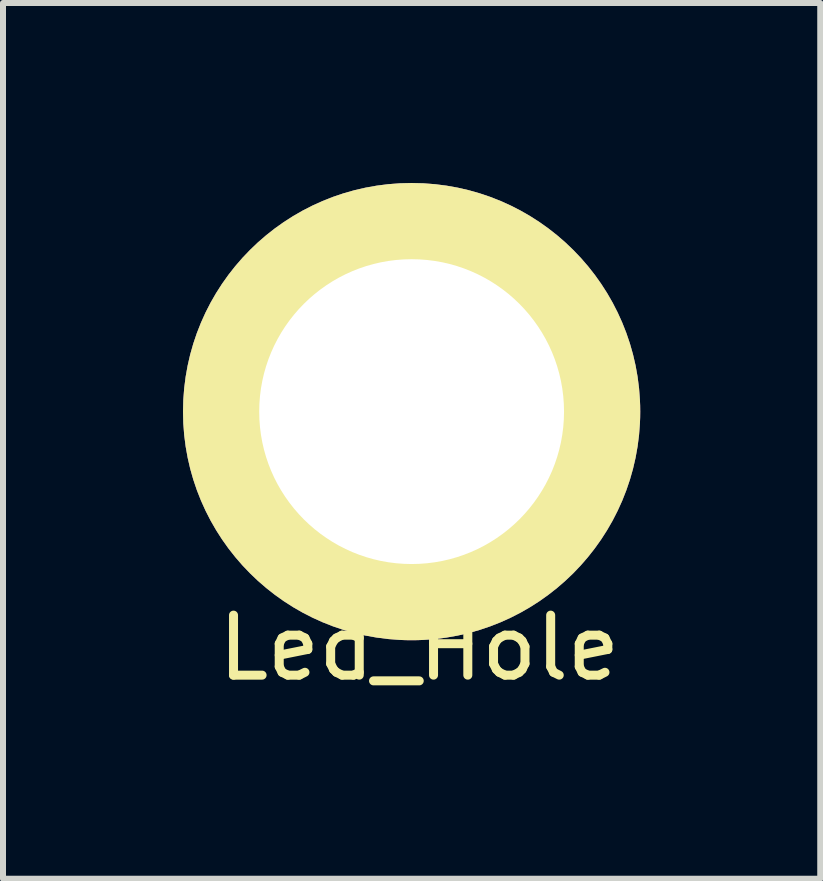
<source format=kicad_pcb>
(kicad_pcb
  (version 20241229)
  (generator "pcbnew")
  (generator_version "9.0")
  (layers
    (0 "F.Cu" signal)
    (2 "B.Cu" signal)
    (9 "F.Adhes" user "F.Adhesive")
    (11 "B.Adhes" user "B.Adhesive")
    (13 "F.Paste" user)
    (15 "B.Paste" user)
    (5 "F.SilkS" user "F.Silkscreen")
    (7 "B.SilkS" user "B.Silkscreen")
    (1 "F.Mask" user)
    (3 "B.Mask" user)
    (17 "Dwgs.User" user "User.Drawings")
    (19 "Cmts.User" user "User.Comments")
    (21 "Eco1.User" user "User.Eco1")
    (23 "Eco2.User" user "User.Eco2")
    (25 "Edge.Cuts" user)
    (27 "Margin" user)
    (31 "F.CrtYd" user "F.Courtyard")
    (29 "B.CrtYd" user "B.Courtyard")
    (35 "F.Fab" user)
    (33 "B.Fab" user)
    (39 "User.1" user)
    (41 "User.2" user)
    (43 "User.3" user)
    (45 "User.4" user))
  (footprint "Led_Hole"
    (layer "F.Cu")
    (at 3.81 3.81)
    (property "Reference" "Led_Hole" (at 0.127 3.937 0) (layer "F.SilkS") (effects (font (size 1 1) (thickness 0.15))))
    (attr through_hole)
    (pad "1" thru_hole circle (at 0 0) (size 7.62 7.62) (drill 5.08) (layers "*.Cu" "*.Mask" "F.SilkS")))
  (gr_rect
    (start -3 -3)
    (end 10.62 11.595)
    (stroke (width 0.1) (type default))
    (fill no)
    (layer "Edge.Cuts")))
</source>
